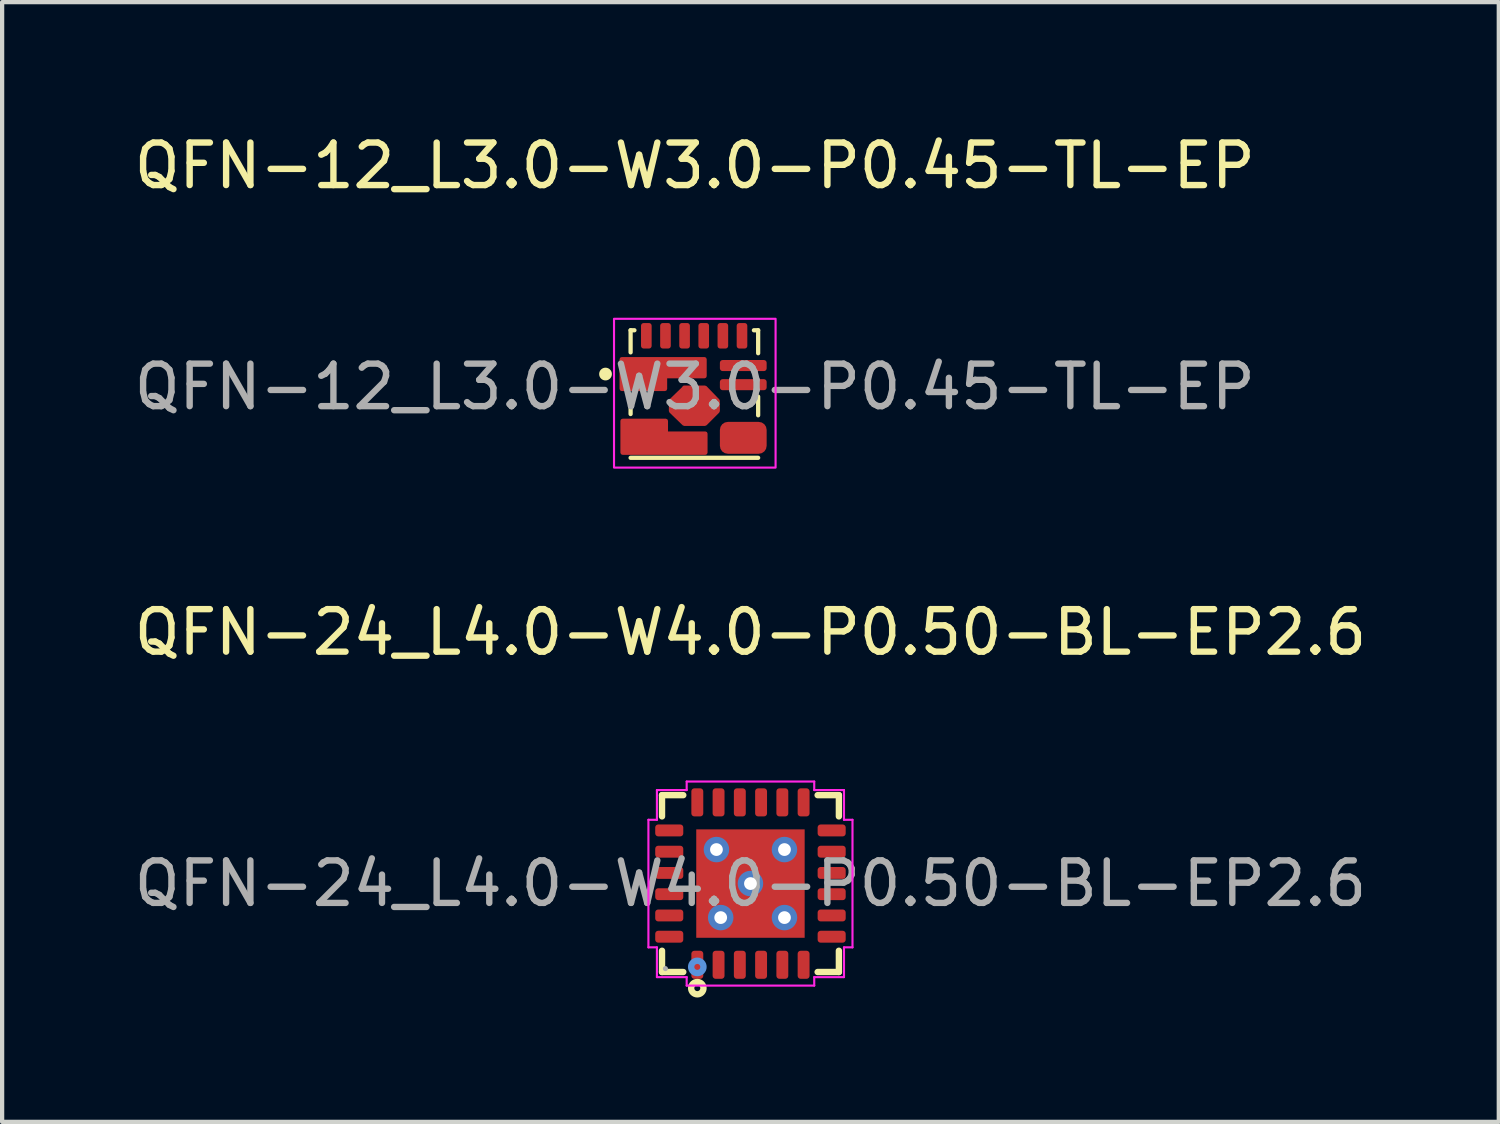
<source format=kicad_pcb>
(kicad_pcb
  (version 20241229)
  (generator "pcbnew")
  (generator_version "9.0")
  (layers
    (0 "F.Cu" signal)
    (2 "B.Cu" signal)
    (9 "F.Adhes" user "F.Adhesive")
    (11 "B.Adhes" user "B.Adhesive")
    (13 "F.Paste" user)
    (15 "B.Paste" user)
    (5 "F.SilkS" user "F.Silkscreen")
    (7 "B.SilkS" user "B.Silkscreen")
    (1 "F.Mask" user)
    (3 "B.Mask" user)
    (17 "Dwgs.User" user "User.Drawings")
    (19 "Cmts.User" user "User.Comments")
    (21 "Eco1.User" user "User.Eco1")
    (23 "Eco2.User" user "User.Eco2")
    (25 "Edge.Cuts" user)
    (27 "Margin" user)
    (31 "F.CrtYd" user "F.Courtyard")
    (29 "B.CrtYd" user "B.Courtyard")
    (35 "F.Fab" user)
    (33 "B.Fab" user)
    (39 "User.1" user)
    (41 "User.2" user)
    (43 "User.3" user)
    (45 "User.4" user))
  (footprint "QFN-24_L4.0-W4.0-P0.50-BL-EP2.6"
    (layer "F.Cu")
    (at 14.601 17.732)
    (property "Reference" "QFN-24_L4.0-W4.0-P0.50-BL-EP2.6" (at 0 -5.91 0) (layer "F.SilkS") (effects (font (size 1 1) (thickness 0.15))))
    (attr smd)
    (fp_line (start -2.08 -2.08) (end -1.58 -2.08) (stroke (width 0.15) (type solid)) (layer "F.SilkS"))
    (fp_line (start -2.08 -1.58) (end -2.08 -2.08) (stroke (width 0.15) (type solid)) (layer "F.SilkS"))
    (fp_line (start -2.08 1.58) (end -2.08 2.08) (stroke (width 0.15) (type solid)) (layer "F.SilkS"))
    (fp_line (start -2.08 2.08) (end -1.58 2.08) (stroke (width 0.15) (type solid)) (layer "F.SilkS"))
    (fp_line (start 2.08 -2.08) (end 1.58 -2.08) (stroke (width 0.15) (type solid)) (layer "F.SilkS"))
    (fp_line (start 2.08 -1.58) (end 2.08 -2.08) (stroke (width 0.15) (type solid)) (layer "F.SilkS"))
    (fp_line (start 2.08 1.58) (end 2.08 2.08) (stroke (width 0.15) (type solid)) (layer "F.SilkS"))
    (fp_line (start 2.08 2.08) (end 1.58 2.08) (stroke (width 0.15) (type solid)) (layer "F.SilkS"))
    (fp_circle (center -1.25 2.46) (end -1.18 2.46) (stroke (width 0.15) (type solid)) (fill no) (layer "F.SilkS"))
    (fp_circle (center -1.25 1.96) (end -1.18 1.96) (stroke (width 0.15) (type solid)) (fill no) (layer "Cmts.User"))
    (fp_line (start -2.4 -1.5) (end -2.4 1.5) (stroke (width 0.05) (type default)) (layer "F.CrtYd"))
    (fp_line (start -2.4 -1.5) (end -2.2 -1.5) (stroke (width 0.05) (type default)) (layer "F.CrtYd"))
    (fp_line (start -2.4 1.5) (end -2.2 1.5) (stroke (width 0.05) (type default)) (layer "F.CrtYd"))
    (fp_line (start -2.2 -2.2) (end -1.5 -2.2) (stroke (width 0.05) (type default)) (layer "F.CrtYd"))
    (fp_line (start -2.2 -1.5) (end -2.2 -2.2) (stroke (width 0.05) (type default)) (layer "F.CrtYd"))
    (fp_line (start -2.2 1.5) (end -2.2 2.2) (stroke (width 0.05) (type default)) (layer "F.CrtYd"))
    (fp_line (start -1.5 -2.4) (end 1.5 -2.4) (stroke (width 0.05) (type default)) (layer "F.CrtYd"))
    (fp_line (start -1.5 -2.2) (end -1.5 -2.4) (stroke (width 0.05) (type default)) (layer "F.CrtYd"))
    (fp_line (start -1.5 2.2) (end -2.2 2.2) (stroke (width 0.05) (type default)) (layer "F.CrtYd"))
    (fp_line (start -1.5 2.2) (end -1.5 2.4) (stroke (width 0.05) (type default)) (layer "F.CrtYd"))
    (fp_line (start 1.5 -2.4) (end 1.5 -2.2) (stroke (width 0.05) (type default)) (layer "F.CrtYd"))
    (fp_line (start 1.5 -2.2) (end 2.2 -2.2) (stroke (width 0.05) (type default)) (layer "F.CrtYd"))
    (fp_line (start 1.5 2.2) (end 1.5 2.4) (stroke (width 0.05) (type default)) (layer "F.CrtYd"))
    (fp_line (start 1.5 2.4) (end -1.5 2.4) (stroke (width 0.05) (type default)) (layer "F.CrtYd"))
    (fp_line (start 2.2 -2.2) (end 2.2 -1.6) (stroke (width 0.05) (type default)) (layer "F.CrtYd"))
    (fp_line (start 2.2 -1.6) (end 2.2 -1.5) (stroke (width 0.05) (type default)) (layer "F.CrtYd"))
    (fp_line (start 2.2 -1.5) (end 2.4 -1.5) (stroke (width 0.05) (type default)) (layer "F.CrtYd"))
    (fp_line (start 2.2 1.5) (end 2.2 2.2) (stroke (width 0.05) (type default)) (layer "F.CrtYd"))
    (fp_line (start 2.2 1.5) (end 2.4 1.5) (stroke (width 0.05) (type default)) (layer "F.CrtYd"))
    (fp_line (start 2.2 2.2) (end 1.5 2.2) (stroke (width 0.05) (type default)) (layer "F.CrtYd"))
    (fp_line (start 2.4 -1.5) (end 2.4 1.5) (stroke (width 0.05) (type default)) (layer "F.CrtYd"))
    (fp_circle (center -2 2) (end -1.97 2) (stroke (width 0.06) (type solid)) (fill no) (layer "F.Fab"))
    (fp_text user "${REFERENCE}" (at 0 0 0) (layer "F.Fab") (effects (font (size 1 1) (thickness 0.15))))
    (pad "1" smd roundrect (at -1.25 1.91) (size 0.28 0.66) (layers "F.Cu" "F.Mask" "F.Paste") (roundrect_rratio 0.25))
    (pad "2" smd roundrect (at -0.75 1.91) (size 0.28 0.66) (layers "F.Cu" "F.Mask" "F.Paste") (roundrect_rratio 0.25))
    (pad "3" smd roundrect (at -0.25 1.91) (size 0.28 0.66) (layers "F.Cu" "F.Mask" "F.Paste") (roundrect_rratio 0.25))
    (pad "4" smd roundrect (at 0.25 1.91) (size 0.28 0.66) (layers "F.Cu" "F.Mask" "F.Paste") (roundrect_rratio 0.25))
    (pad "5" smd roundrect (at 0.75 1.91) (size 0.28 0.66) (layers "F.Cu" "F.Mask" "F.Paste") (roundrect_rratio 0.25))
    (pad "6" smd roundrect (at 1.25 1.91) (size 0.28 0.66) (layers "F.Cu" "F.Mask" "F.Paste") (roundrect_rratio 0.25))
    (pad "7" smd roundrect (at 1.91 1.25) (size 0.66 0.28) (layers "F.Cu" "F.Mask" "F.Paste") (roundrect_rratio 0.25))
    (pad "8" smd roundrect (at 1.91 0.75) (size 0.66 0.28) (layers "F.Cu" "F.Mask" "F.Paste") (roundrect_rratio 0.25))
    (pad "9" smd roundrect (at 1.91 0.25) (size 0.66 0.28) (layers "F.Cu" "F.Mask" "F.Paste") (roundrect_rratio 0.25))
    (pad "10" smd roundrect (at 1.91 -0.25) (size 0.66 0.28) (layers "F.Cu" "F.Mask" "F.Paste") (roundrect_rratio 0.25))
    (pad "11" smd roundrect (at 1.91 -0.75) (size 0.66 0.28) (layers "F.Cu" "F.Mask" "F.Paste") (roundrect_rratio 0.25))
    (pad "12" smd roundrect (at 1.91 -1.25) (size 0.66 0.28) (layers "F.Cu" "F.Mask" "F.Paste") (roundrect_rratio 0.25))
    (pad "13" smd roundrect (at 1.25 -1.91) (size 0.28 0.66) (layers "F.Cu" "F.Mask" "F.Paste") (roundrect_rratio 0.25))
    (pad "14" smd roundrect (at 0.75 -1.91) (size 0.28 0.66) (layers "F.Cu" "F.Mask" "F.Paste") (roundrect_rratio 0.25))
    (pad "15" smd roundrect (at 0.25 -1.91) (size 0.28 0.66) (layers "F.Cu" "F.Mask" "F.Paste") (roundrect_rratio 0.25))
    (pad "16" smd roundrect (at -0.25 -1.91) (size 0.28 0.66) (layers "F.Cu" "F.Mask" "F.Paste") (roundrect_rratio 0.25))
    (pad "17" smd roundrect (at -0.75 -1.91) (size 0.28 0.66) (layers "F.Cu" "F.Mask" "F.Paste") (roundrect_rratio 0.25))
    (pad "18" smd roundrect (at -1.25 -1.91) (size 0.28 0.66) (layers "F.Cu" "F.Mask" "F.Paste") (roundrect_rratio 0.25))
    (pad "19" smd roundrect (at -1.91 -1.25) (size 0.66 0.28) (layers "F.Cu" "F.Mask" "F.Paste") (roundrect_rratio 0.25))
    (pad "20" smd roundrect (at -1.91 -0.75) (size 0.66 0.28) (layers "F.Cu" "F.Mask" "F.Paste") (roundrect_rratio 0.25))
    (pad "21" smd roundrect (at -1.91 -0.25) (size 0.66 0.28) (layers "F.Cu" "F.Mask" "F.Paste") (roundrect_rratio 0.25))
    (pad "22" smd roundrect (at -1.91 0.25) (size 0.66 0.28) (layers "F.Cu" "F.Mask" "F.Paste") (roundrect_rratio 0.25))
    (pad "23" smd roundrect (at -1.91 0.75) (size 0.66 0.28) (layers "F.Cu" "F.Mask" "F.Paste") (roundrect_rratio 0.25))
    (pad "24" smd roundrect (at -1.91 1.25) (size 0.66 0.28) (layers "F.Cu" "F.Mask" "F.Paste") (roundrect_rratio 0.25))
    (pad "25" thru_hole circle (at -0.8 -0.8) (size 0.6 0.6) (drill 0.3) (layers "*.Cu" "F.Mask" "F.Paste"))
    (pad "25" thru_hole circle (at -0.7 0.8) (size 0.6 0.6) (drill 0.3) (layers "*.Cu" "F.Mask" "F.Paste"))
    (pad "25" thru_hole circle (at 0 0) (size 0.6 0.6) (drill 0.3) (layers "*.Cu" "F.Mask" "F.Paste"))
    (pad "25" smd rect (at 0 0) (size 2.55 2.55) (layers "F.Cu" "F.Mask" "F.Paste"))
    (pad "25" thru_hole circle (at 0.8 -0.8) (size 0.6 0.6) (drill 0.3) (layers "*.Cu" "F.Mask" "F.Paste"))
    (pad "25" thru_hole circle (at 0.8 0.8) (size 0.6 0.6) (drill 0.3) (layers "*.Cu" "F.Mask" "F.Paste")))
  (footprint "QFN-12_L3.0-W3.0-P0.45-TL-EP"
    (layer "F.Cu")
    (at 13.292 6.048)
    (property "Reference" "QFN-12_L3.0-W3.0-P0.45-TL-EP" (at 0 -5.2 0) (layer "F.SilkS") (effects (font (size 1 1) (thickness 0.15))))
    (attr smd)
    (fp_line (start -1.51 -1.33) (end -1.42 -1.33) (stroke (width 0.1) (type solid)) (layer "F.SilkS"))
    (fp_line (start -1.51 -0.81) (end -1.51 -1.33) (stroke (width 0.1) (type solid)) (layer "F.SilkS"))
    (fp_line (start -1.51 0.64) (end -1.51 0.2) (stroke (width 0.1) (type solid)) (layer "F.SilkS"))
    (fp_line (start 1.39 -1.33) (end 1.49 -1.33) (stroke (width 0.1) (type solid)) (layer "F.SilkS"))
    (fp_line (start 1.49 -1.33) (end 1.49 -0.79) (stroke (width 0.1) (type solid)) (layer "F.SilkS"))
    (fp_line (start 1.49 0.23) (end 1.49 0.67) (stroke (width 0.1) (type solid)) (layer "F.SilkS"))
    (fp_line (start 1.49 1.67) (end -1.51 1.67) (stroke (width 0.1) (type solid)) (layer "F.SilkS"))
    (fp_circle (center -2.1 -0.3) (end -2 -0.3) (stroke (width 0.1) (type solid)) (fill yes) (layer "F.SilkS"))
    (fp_rect (start -1.9 -1.6) (end 1.9 1.9) (stroke (width 0.05) (type default)) (fill no) (layer "F.CrtYd"))
    (fp_text user "${REFERENCE}" (at 0 0 0) (layer "F.Fab") (effects (font (size 1 1) (thickness 0.15))))
    (pad "1" smd custom (at -0.75 -0.3) (size 0.01 0.01) (layers "F.Cu" "F.Mask" "F.Paste") (options (anchor circle)) (primitives (gr_poly (pts (xy -0.97 -0.35) (xy 0.98 -0.35) (xy 0.98 0.05) (xy 0.05 0.05) (xy 0.05 0.35) (xy -0.97 0.35) (xy -0.97 0.05)) (width 0.1) (fill yes))))
    (pad "2" smd custom (at -0.01 0.45) (size 0.01 0.01) (layers "F.Cu" "F.Mask" "F.Paste") (options (anchor circle)) (primitives (gr_poly (pts (xy -0.24 -0.43) (xy 0.25 -0.43) (xy 0.55 -0.12) (xy 0.55 0.12) (xy 0.25 0.42) (xy -0.24 0.42) (xy -0.55 0.12) (xy -0.55 -0.12) (xy -0.25 -0.41)) (width 0.1) (fill yes))))
    (pad "3" smd custom (at -0.73 1.2) (size 0.01 0.01) (layers "F.Cu" "F.Mask" "F.Paste") (options (anchor circle)) (primitives (gr_poly (pts (xy -0.97 0.35) (xy 0.98 0.35) (xy 0.98 -0.1) (xy 0.05 -0.1) (xy 0.05 -0.4) (xy -0.97 -0.4) (xy -0.97 -0.05)) (width 0.1) (fill yes))))
    (pad "4" smd roundrect (at 1.14 1.2) (size 1.1 0.75) (layers "F.Cu" "F.Mask" "F.Paste") (roundrect_rratio 0.25))
    (pad "5" smd roundrect (at 1.14 -0.05) (size 1.1 0.26) (layers "F.Cu" "F.Mask" "F.Paste") (roundrect_rratio 0.25))
    (pad "6" smd roundrect (at 1.14 -0.5) (size 1.1 0.26) (layers "F.Cu" "F.Mask" "F.Paste") (roundrect_rratio 0.25))
    (pad "7" smd roundrect (at 1.11 -1.2) (size 0.25 0.6) (layers "F.Cu" "F.Mask" "F.Paste") (roundrect_rratio 0.25))
    (pad "8" smd roundrect (at 0.66 -1.2) (size 0.25 0.6) (layers "F.Cu" "F.Mask" "F.Paste") (roundrect_rratio 0.25))
    (pad "9" smd roundrect (at 0.21 -1.2) (size 0.25 0.6) (layers "F.Cu" "F.Mask" "F.Paste") (roundrect_rratio 0.25))
    (pad "10" smd roundrect (at -0.24 -1.2) (size 0.25 0.6) (layers "F.Cu" "F.Mask" "F.Paste") (roundrect_rratio 0.25))
    (pad "11" smd roundrect (at -0.69 -1.2) (size 0.25 0.6) (layers "F.Cu" "F.Mask" "F.Paste") (roundrect_rratio 0.25))
    (pad "12" smd roundrect (at -1.14 -1.2) (size 0.25 0.6) (layers "F.Cu" "F.Mask" "F.Paste") (roundrect_rratio 0.25)))
  (gr_rect
    (start -3 -3)
    (end 32.202 23.337)
    (stroke (width 0.1) (type default))
    (fill no)
    (layer "Edge.Cuts")))
</source>
